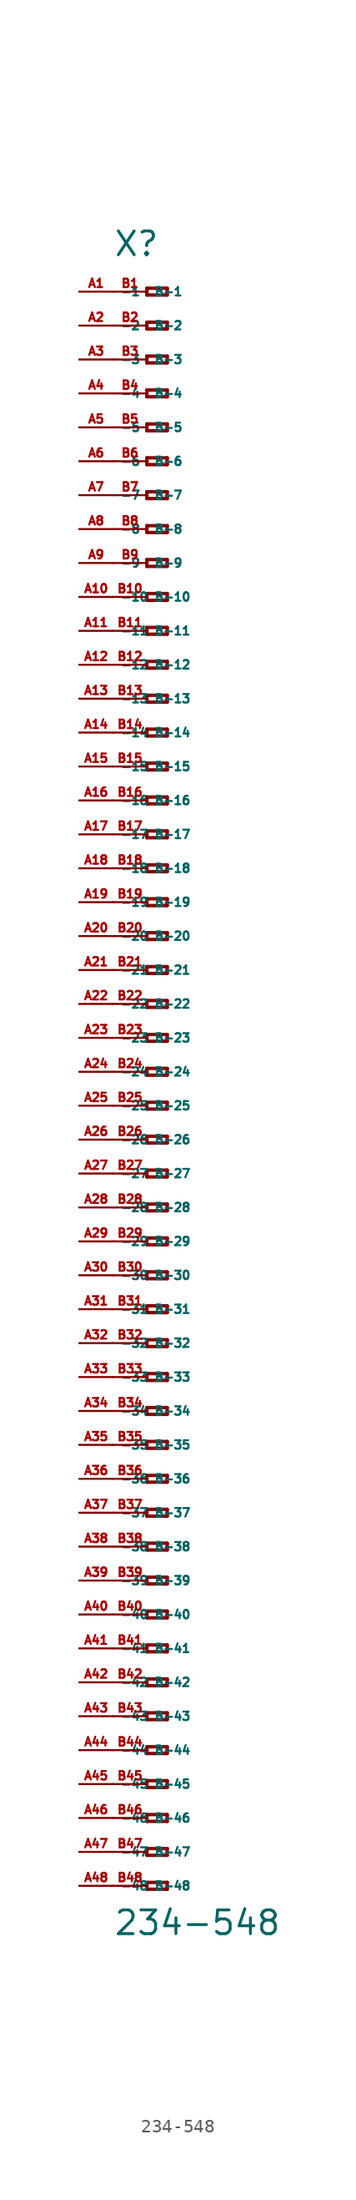
<source format=kicad_sym>
(kicad_symbol_lib
  (version 20220914)
  (generator Eagle2Kicad)
  (symbol "234-548"
    (property "Reference" "X"
      (at -5.08 60.96 0)
      (effects (font (size 1.778 1.778) (thickness 0.22)) (justify left bottom)))
    (property "Value" "234-548"
      (at -5.08 -64.77 0)
      (effects (font (size 1.778 1.778) (thickness 0.22)) (justify left bottom)))
    (polyline
      (pts (xy -2.54 58.674) (xy -2.54 58.166))
      (stroke (width 0.254) (type default))
      (fill (type none)))
    (polyline
      (pts (xy -2.54 58.166) (xy -1.016 58.166))
      (stroke (width 0.254) (type default))
      (fill (type none)))
    (polyline
      (pts (xy -1.016 58.166) (xy -1.016 58.674))
      (stroke (width 0.254) (type default))
      (fill (type none)))
    (polyline
      (pts (xy -1.016 58.674) (xy -2.54 58.674))
      (stroke (width 0.254) (type default))
      (fill (type none)))
    (polyline
      (pts (xy -2.54 56.134) (xy -2.54 55.626))
      (stroke (width 0.254) (type default))
      (fill (type none)))
    (polyline
      (pts (xy -2.54 55.626) (xy -1.016 55.626))
      (stroke (width 0.254) (type default))
      (fill (type none)))
    (polyline
      (pts (xy -1.016 55.626) (xy -1.016 56.134))
      (stroke (width 0.254) (type default))
      (fill (type none)))
    (polyline
      (pts (xy -1.016 56.134) (xy -2.54 56.134))
      (stroke (width 0.254) (type default))
      (fill (type none)))
    (polyline
      (pts (xy -2.54 53.594) (xy -2.54 53.086))
      (stroke (width 0.254) (type default))
      (fill (type none)))
    (polyline
      (pts (xy -2.54 53.086) (xy -1.016 53.086))
      (stroke (width 0.254) (type default))
      (fill (type none)))
    (polyline
      (pts (xy -1.016 53.086) (xy -1.016 53.594))
      (stroke (width 0.254) (type default))
      (fill (type none)))
    (polyline
      (pts (xy -1.016 53.594) (xy -2.54 53.594))
      (stroke (width 0.254) (type default))
      (fill (type none)))
    (polyline
      (pts (xy -2.54 51.054) (xy -2.54 50.546))
      (stroke (width 0.254) (type default))
      (fill (type none)))
    (polyline
      (pts (xy -2.54 50.546) (xy -1.016 50.546))
      (stroke (width 0.254) (type default))
      (fill (type none)))
    (polyline
      (pts (xy -1.016 50.546) (xy -1.016 51.054))
      (stroke (width 0.254) (type default))
      (fill (type none)))
    (polyline
      (pts (xy -1.016 51.054) (xy -2.54 51.054))
      (stroke (width 0.254) (type default))
      (fill (type none)))
    (polyline
      (pts (xy -2.54 48.514) (xy -2.54 48.006))
      (stroke (width 0.254) (type default))
      (fill (type none)))
    (polyline
      (pts (xy -2.54 48.006) (xy -1.016 48.006))
      (stroke (width 0.254) (type default))
      (fill (type none)))
    (polyline
      (pts (xy -1.016 48.006) (xy -1.016 48.514))
      (stroke (width 0.254) (type default))
      (fill (type none)))
    (polyline
      (pts (xy -1.016 48.514) (xy -2.54 48.514))
      (stroke (width 0.254) (type default))
      (fill (type none)))
    (polyline
      (pts (xy -2.54 45.974) (xy -2.54 45.466))
      (stroke (width 0.254) (type default))
      (fill (type none)))
    (polyline
      (pts (xy -2.54 45.466) (xy -1.016 45.466))
      (stroke (width 0.254) (type default))
      (fill (type none)))
    (polyline
      (pts (xy -1.016 45.466) (xy -1.016 45.974))
      (stroke (width 0.254) (type default))
      (fill (type none)))
    (polyline
      (pts (xy -1.016 45.974) (xy -2.54 45.974))
      (stroke (width 0.254) (type default))
      (fill (type none)))
    (polyline
      (pts (xy -2.54 43.434) (xy -2.54 42.926))
      (stroke (width 0.254) (type default))
      (fill (type none)))
    (polyline
      (pts (xy -2.54 42.926) (xy -1.016 42.926))
      (stroke (width 0.254) (type default))
      (fill (type none)))
    (polyline
      (pts (xy -1.016 42.926) (xy -1.016 43.434))
      (stroke (width 0.254) (type default))
      (fill (type none)))
    (polyline
      (pts (xy -1.016 43.434) (xy -2.54 43.434))
      (stroke (width 0.254) (type default))
      (fill (type none)))
    (polyline
      (pts (xy -2.54 40.894) (xy -2.54 40.386))
      (stroke (width 0.254) (type default))
      (fill (type none)))
    (polyline
      (pts (xy -2.54 40.386) (xy -1.016 40.386))
      (stroke (width 0.254) (type default))
      (fill (type none)))
    (polyline
      (pts (xy -1.016 40.386) (xy -1.016 40.894))
      (stroke (width 0.254) (type default))
      (fill (type none)))
    (polyline
      (pts (xy -1.016 40.894) (xy -2.54 40.894))
      (stroke (width 0.254) (type default))
      (fill (type none)))
    (polyline
      (pts (xy -2.54 38.354) (xy -2.54 37.846))
      (stroke (width 0.254) (type default))
      (fill (type none)))
    (polyline
      (pts (xy -2.54 37.846) (xy -1.016 37.846))
      (stroke (width 0.254) (type default))
      (fill (type none)))
    (polyline
      (pts (xy -1.016 37.846) (xy -1.016 38.354))
      (stroke (width 0.254) (type default))
      (fill (type none)))
    (polyline
      (pts (xy -1.016 38.354) (xy -2.54 38.354))
      (stroke (width 0.254) (type default))
      (fill (type none)))
    (polyline
      (pts (xy -2.54 35.814) (xy -2.54 35.306))
      (stroke (width 0.254) (type default))
      (fill (type none)))
    (polyline
      (pts (xy -2.54 35.306) (xy -1.016 35.306))
      (stroke (width 0.254) (type default))
      (fill (type none)))
    (polyline
      (pts (xy -1.016 35.306) (xy -1.016 35.814))
      (stroke (width 0.254) (type default))
      (fill (type none)))
    (polyline
      (pts (xy -1.016 35.814) (xy -2.54 35.814))
      (stroke (width 0.254) (type default))
      (fill (type none)))
    (polyline
      (pts (xy -2.54 33.274) (xy -2.54 32.766))
      (stroke (width 0.254) (type default))
      (fill (type none)))
    (polyline
      (pts (xy -2.54 32.766) (xy -1.016 32.766))
      (stroke (width 0.254) (type default))
      (fill (type none)))
    (polyline
      (pts (xy -1.016 32.766) (xy -1.016 33.274))
      (stroke (width 0.254) (type default))
      (fill (type none)))
    (polyline
      (pts (xy -1.016 33.274) (xy -2.54 33.274))
      (stroke (width 0.254) (type default))
      (fill (type none)))
    (polyline
      (pts (xy -2.54 30.734) (xy -2.54 30.226))
      (stroke (width 0.254) (type default))
      (fill (type none)))
    (polyline
      (pts (xy -2.54 30.226) (xy -1.016 30.226))
      (stroke (width 0.254) (type default))
      (fill (type none)))
    (polyline
      (pts (xy -1.016 30.226) (xy -1.016 30.734))
      (stroke (width 0.254) (type default))
      (fill (type none)))
    (polyline
      (pts (xy -1.016 30.734) (xy -2.54 30.734))
      (stroke (width 0.254) (type default))
      (fill (type none)))
    (polyline
      (pts (xy -2.54 28.194) (xy -2.54 27.686))
      (stroke (width 0.254) (type default))
      (fill (type none)))
    (polyline
      (pts (xy -2.54 27.686) (xy -1.016 27.686))
      (stroke (width 0.254) (type default))
      (fill (type none)))
    (polyline
      (pts (xy -1.016 27.686) (xy -1.016 28.194))
      (stroke (width 0.254) (type default))
      (fill (type none)))
    (polyline
      (pts (xy -1.016 28.194) (xy -2.54 28.194))
      (stroke (width 0.254) (type default))
      (fill (type none)))
    (polyline
      (pts (xy -2.54 25.654) (xy -2.54 25.146))
      (stroke (width 0.254) (type default))
      (fill (type none)))
    (polyline
      (pts (xy -2.54 25.146) (xy -1.016 25.146))
      (stroke (width 0.254) (type default))
      (fill (type none)))
    (polyline
      (pts (xy -1.016 25.146) (xy -1.016 25.654))
      (stroke (width 0.254) (type default))
      (fill (type none)))
    (polyline
      (pts (xy -1.016 25.654) (xy -2.54 25.654))
      (stroke (width 0.254) (type default))
      (fill (type none)))
    (polyline
      (pts (xy -2.54 23.114) (xy -2.54 22.606))
      (stroke (width 0.254) (type default))
      (fill (type none)))
    (polyline
      (pts (xy -2.54 22.606) (xy -1.016 22.606))
      (stroke (width 0.254) (type default))
      (fill (type none)))
    (polyline
      (pts (xy -1.016 22.606) (xy -1.016 23.114))
      (stroke (width 0.254) (type default))
      (fill (type none)))
    (polyline
      (pts (xy -1.016 23.114) (xy -2.54 23.114))
      (stroke (width 0.254) (type default))
      (fill (type none)))
    (polyline
      (pts (xy -2.54 20.574) (xy -2.54 20.066))
      (stroke (width 0.254) (type default))
      (fill (type none)))
    (polyline
      (pts (xy -2.54 20.066) (xy -1.016 20.066))
      (stroke (width 0.254) (type default))
      (fill (type none)))
    (polyline
      (pts (xy -1.016 20.066) (xy -1.016 20.574))
      (stroke (width 0.254) (type default))
      (fill (type none)))
    (polyline
      (pts (xy -1.016 20.574) (xy -2.54 20.574))
      (stroke (width 0.254) (type default))
      (fill (type none)))
    (polyline
      (pts (xy -2.54 18.034) (xy -2.54 17.526))
      (stroke (width 0.254) (type default))
      (fill (type none)))
    (polyline
      (pts (xy -2.54 17.526) (xy -1.016 17.526))
      (stroke (width 0.254) (type default))
      (fill (type none)))
    (polyline
      (pts (xy -1.016 17.526) (xy -1.016 18.034))
      (stroke (width 0.254) (type default))
      (fill (type none)))
    (polyline
      (pts (xy -1.016 18.034) (xy -2.54 18.034))
      (stroke (width 0.254) (type default))
      (fill (type none)))
    (polyline
      (pts (xy -2.54 15.494) (xy -2.54 14.986))
      (stroke (width 0.254) (type default))
      (fill (type none)))
    (polyline
      (pts (xy -2.54 14.986) (xy -1.016 14.986))
      (stroke (width 0.254) (type default))
      (fill (type none)))
    (polyline
      (pts (xy -1.016 14.986) (xy -1.016 15.494))
      (stroke (width 0.254) (type default))
      (fill (type none)))
    (polyline
      (pts (xy -1.016 15.494) (xy -2.54 15.494))
      (stroke (width 0.254) (type default))
      (fill (type none)))
    (polyline
      (pts (xy -2.54 12.954) (xy -2.54 12.446))
      (stroke (width 0.254) (type default))
      (fill (type none)))
    (polyline
      (pts (xy -2.54 12.446) (xy -1.016 12.446))
      (stroke (width 0.254) (type default))
      (fill (type none)))
    (polyline
      (pts (xy -1.016 12.446) (xy -1.016 12.954))
      (stroke (width 0.254) (type default))
      (fill (type none)))
    (polyline
      (pts (xy -1.016 12.954) (xy -2.54 12.954))
      (stroke (width 0.254) (type default))
      (fill (type none)))
    (polyline
      (pts (xy -2.54 10.414) (xy -2.54 9.906))
      (stroke (width 0.254) (type default))
      (fill (type none)))
    (polyline
      (pts (xy -2.54 9.906) (xy -1.016 9.906))
      (stroke (width 0.254) (type default))
      (fill (type none)))
    (polyline
      (pts (xy -1.016 9.906) (xy -1.016 10.414))
      (stroke (width 0.254) (type default))
      (fill (type none)))
    (polyline
      (pts (xy -1.016 10.414) (xy -2.54 10.414))
      (stroke (width 0.254) (type default))
      (fill (type none)))
    (polyline
      (pts (xy -2.54 7.874) (xy -2.54 7.366))
      (stroke (width 0.254) (type default))
      (fill (type none)))
    (polyline
      (pts (xy -2.54 7.366) (xy -1.016 7.366))
      (stroke (width 0.254) (type default))
      (fill (type none)))
    (polyline
      (pts (xy -1.016 7.366) (xy -1.016 7.874))
      (stroke (width 0.254) (type default))
      (fill (type none)))
    (polyline
      (pts (xy -1.016 7.874) (xy -2.54 7.874))
      (stroke (width 0.254) (type default))
      (fill (type none)))
    (polyline
      (pts (xy -2.54 5.334) (xy -2.54 4.826))
      (stroke (width 0.254) (type default))
      (fill (type none)))
    (polyline
      (pts (xy -2.54 4.826) (xy -1.016 4.826))
      (stroke (width 0.254) (type default))
      (fill (type none)))
    (polyline
      (pts (xy -1.016 4.826) (xy -1.016 5.334))
      (stroke (width 0.254) (type default))
      (fill (type none)))
    (polyline
      (pts (xy -1.016 5.334) (xy -2.54 5.334))
      (stroke (width 0.254) (type default))
      (fill (type none)))
    (polyline
      (pts (xy -2.54 2.794) (xy -2.54 2.286))
      (stroke (width 0.254) (type default))
      (fill (type none)))
    (polyline
      (pts (xy -2.54 2.286) (xy -1.016 2.286))
      (stroke (width 0.254) (type default))
      (fill (type none)))
    (polyline
      (pts (xy -1.016 2.286) (xy -1.016 2.794))
      (stroke (width 0.254) (type default))
      (fill (type none)))
    (polyline
      (pts (xy -1.016 2.794) (xy -2.54 2.794))
      (stroke (width 0.254) (type default))
      (fill (type none)))
    (polyline
      (pts (xy -2.54 0.254) (xy -2.54 -0.254))
      (stroke (width 0.254) (type default))
      (fill (type none)))
    (polyline
      (pts (xy -2.54 -0.254) (xy -1.016 -0.254))
      (stroke (width 0.254) (type default))
      (fill (type none)))
    (polyline
      (pts (xy -1.016 -0.254) (xy -1.016 0.254))
      (stroke (width 0.254) (type default))
      (fill (type none)))
    (polyline
      (pts (xy -1.016 0.254) (xy -2.54 0.254))
      (stroke (width 0.254) (type default))
      (fill (type none)))
    (polyline
      (pts (xy -2.54 -2.286) (xy -2.54 -2.794))
      (stroke (width 0.254) (type default))
      (fill (type none)))
    (polyline
      (pts (xy -2.54 -2.794) (xy -1.016 -2.794))
      (stroke (width 0.254) (type default))
      (fill (type none)))
    (polyline
      (pts (xy -1.016 -2.794) (xy -1.016 -2.286))
      (stroke (width 0.254) (type default))
      (fill (type none)))
    (polyline
      (pts (xy -1.016 -2.286) (xy -2.54 -2.286))
      (stroke (width 0.254) (type default))
      (fill (type none)))
    (polyline
      (pts (xy -2.54 -4.826) (xy -2.54 -5.334))
      (stroke (width 0.254) (type default))
      (fill (type none)))
    (polyline
      (pts (xy -2.54 -5.334) (xy -1.016 -5.334))
      (stroke (width 0.254) (type default))
      (fill (type none)))
    (polyline
      (pts (xy -1.016 -5.334) (xy -1.016 -4.826))
      (stroke (width 0.254) (type default))
      (fill (type none)))
    (polyline
      (pts (xy -1.016 -4.826) (xy -2.54 -4.826))
      (stroke (width 0.254) (type default))
      (fill (type none)))
    (polyline
      (pts (xy -2.54 -7.366) (xy -2.54 -7.874))
      (stroke (width 0.254) (type default))
      (fill (type none)))
    (polyline
      (pts (xy -2.54 -7.874) (xy -1.016 -7.874))
      (stroke (width 0.254) (type default))
      (fill (type none)))
    (polyline
      (pts (xy -1.016 -7.874) (xy -1.016 -7.366))
      (stroke (width 0.254) (type default))
      (fill (type none)))
    (polyline
      (pts (xy -1.016 -7.366) (xy -2.54 -7.366))
      (stroke (width 0.254) (type default))
      (fill (type none)))
    (polyline
      (pts (xy -2.54 -9.906) (xy -2.54 -10.414))
      (stroke (width 0.254) (type default))
      (fill (type none)))
    (polyline
      (pts (xy -2.54 -10.414) (xy -1.016 -10.414))
      (stroke (width 0.254) (type default))
      (fill (type none)))
    (polyline
      (pts (xy -1.016 -10.414) (xy -1.016 -9.906))
      (stroke (width 0.254) (type default))
      (fill (type none)))
    (polyline
      (pts (xy -1.016 -9.906) (xy -2.54 -9.906))
      (stroke (width 0.254) (type default))
      (fill (type none)))
    (polyline
      (pts (xy -2.54 -12.446) (xy -2.54 -12.954))
      (stroke (width 0.254) (type default))
      (fill (type none)))
    (polyline
      (pts (xy -2.54 -12.954) (xy -1.016 -12.954))
      (stroke (width 0.254) (type default))
      (fill (type none)))
    (polyline
      (pts (xy -1.016 -12.954) (xy -1.016 -12.446))
      (stroke (width 0.254) (type default))
      (fill (type none)))
    (polyline
      (pts (xy -1.016 -12.446) (xy -2.54 -12.446))
      (stroke (width 0.254) (type default))
      (fill (type none)))
    (polyline
      (pts (xy -2.54 -14.986) (xy -2.54 -15.494))
      (stroke (width 0.254) (type default))
      (fill (type none)))
    (polyline
      (pts (xy -2.54 -15.494) (xy -1.016 -15.494))
      (stroke (width 0.254) (type default))
      (fill (type none)))
    (polyline
      (pts (xy -1.016 -15.494) (xy -1.016 -14.986))
      (stroke (width 0.254) (type default))
      (fill (type none)))
    (polyline
      (pts (xy -1.016 -14.986) (xy -2.54 -14.986))
      (stroke (width 0.254) (type default))
      (fill (type none)))
    (polyline
      (pts (xy -2.54 -17.526) (xy -2.54 -18.034))
      (stroke (width 0.254) (type default))
      (fill (type none)))
    (polyline
      (pts (xy -2.54 -18.034) (xy -1.016 -18.034))
      (stroke (width 0.254) (type default))
      (fill (type none)))
    (polyline
      (pts (xy -1.016 -18.034) (xy -1.016 -17.526))
      (stroke (width 0.254) (type default))
      (fill (type none)))
    (polyline
      (pts (xy -1.016 -17.526) (xy -2.54 -17.526))
      (stroke (width 0.254) (type default))
      (fill (type none)))
    (polyline
      (pts (xy -2.54 -20.066) (xy -2.54 -20.574))
      (stroke (width 0.254) (type default))
      (fill (type none)))
    (polyline
      (pts (xy -2.54 -20.574) (xy -1.016 -20.574))
      (stroke (width 0.254) (type default))
      (fill (type none)))
    (polyline
      (pts (xy -1.016 -20.574) (xy -1.016 -20.066))
      (stroke (width 0.254) (type default))
      (fill (type none)))
    (polyline
      (pts (xy -1.016 -20.066) (xy -2.54 -20.066))
      (stroke (width 0.254) (type default))
      (fill (type none)))
    (polyline
      (pts (xy -2.54 -22.606) (xy -2.54 -23.114))
      (stroke (width 0.254) (type default))
      (fill (type none)))
    (polyline
      (pts (xy -2.54 -23.114) (xy -1.016 -23.114))
      (stroke (width 0.254) (type default))
      (fill (type none)))
    (polyline
      (pts (xy -1.016 -23.114) (xy -1.016 -22.606))
      (stroke (width 0.254) (type default))
      (fill (type none)))
    (polyline
      (pts (xy -1.016 -22.606) (xy -2.54 -22.606))
      (stroke (width 0.254) (type default))
      (fill (type none)))
    (polyline
      (pts (xy -2.54 -25.146) (xy -2.54 -25.654))
      (stroke (width 0.254) (type default))
      (fill (type none)))
    (polyline
      (pts (xy -2.54 -25.654) (xy -1.016 -25.654))
      (stroke (width 0.254) (type default))
      (fill (type none)))
    (polyline
      (pts (xy -1.016 -25.654) (xy -1.016 -25.146))
      (stroke (width 0.254) (type default))
      (fill (type none)))
    (polyline
      (pts (xy -1.016 -25.146) (xy -2.54 -25.146))
      (stroke (width 0.254) (type default))
      (fill (type none)))
    (polyline
      (pts (xy -2.54 -27.686) (xy -2.54 -28.194))
      (stroke (width 0.254) (type default))
      (fill (type none)))
    (polyline
      (pts (xy -2.54 -28.194) (xy -1.016 -28.194))
      (stroke (width 0.254) (type default))
      (fill (type none)))
    (polyline
      (pts (xy -1.016 -28.194) (xy -1.016 -27.686))
      (stroke (width 0.254) (type default))
      (fill (type none)))
    (polyline
      (pts (xy -1.016 -27.686) (xy -2.54 -27.686))
      (stroke (width 0.254) (type default))
      (fill (type none)))
    (polyline
      (pts (xy -2.54 -30.226) (xy -2.54 -30.734))
      (stroke (width 0.254) (type default))
      (fill (type none)))
    (polyline
      (pts (xy -2.54 -30.734) (xy -1.016 -30.734))
      (stroke (width 0.254) (type default))
      (fill (type none)))
    (polyline
      (pts (xy -1.016 -30.734) (xy -1.016 -30.226))
      (stroke (width 0.254) (type default))
      (fill (type none)))
    (polyline
      (pts (xy -1.016 -30.226) (xy -2.54 -30.226))
      (stroke (width 0.254) (type default))
      (fill (type none)))
    (polyline
      (pts (xy -2.54 -32.766) (xy -2.54 -33.274))
      (stroke (width 0.254) (type default))
      (fill (type none)))
    (polyline
      (pts (xy -2.54 -33.274) (xy -1.016 -33.274))
      (stroke (width 0.254) (type default))
      (fill (type none)))
    (polyline
      (pts (xy -1.016 -33.274) (xy -1.016 -32.766))
      (stroke (width 0.254) (type default))
      (fill (type none)))
    (polyline
      (pts (xy -1.016 -32.766) (xy -2.54 -32.766))
      (stroke (width 0.254) (type default))
      (fill (type none)))
    (polyline
      (pts (xy -2.54 -35.306) (xy -2.54 -35.814))
      (stroke (width 0.254) (type default))
      (fill (type none)))
    (polyline
      (pts (xy -2.54 -35.814) (xy -1.016 -35.814))
      (stroke (width 0.254) (type default))
      (fill (type none)))
    (polyline
      (pts (xy -1.016 -35.814) (xy -1.016 -35.306))
      (stroke (width 0.254) (type default))
      (fill (type none)))
    (polyline
      (pts (xy -1.016 -35.306) (xy -2.54 -35.306))
      (stroke (width 0.254) (type default))
      (fill (type none)))
    (polyline
      (pts (xy -2.54 -37.846) (xy -2.54 -38.354))
      (stroke (width 0.254) (type default))
      (fill (type none)))
    (polyline
      (pts (xy -2.54 -38.354) (xy -1.016 -38.354))
      (stroke (width 0.254) (type default))
      (fill (type none)))
    (polyline
      (pts (xy -1.016 -38.354) (xy -1.016 -37.846))
      (stroke (width 0.254) (type default))
      (fill (type none)))
    (polyline
      (pts (xy -1.016 -37.846) (xy -2.54 -37.846))
      (stroke (width 0.254) (type default))
      (fill (type none)))
    (polyline
      (pts (xy -2.54 -40.386) (xy -2.54 -40.894))
      (stroke (width 0.254) (type default))
      (fill (type none)))
    (polyline
      (pts (xy -2.54 -40.894) (xy -1.016 -40.894))
      (stroke (width 0.254) (type default))
      (fill (type none)))
    (polyline
      (pts (xy -1.016 -40.894) (xy -1.016 -40.386))
      (stroke (width 0.254) (type default))
      (fill (type none)))
    (polyline
      (pts (xy -1.016 -40.386) (xy -2.54 -40.386))
      (stroke (width 0.254) (type default))
      (fill (type none)))
    (polyline
      (pts (xy -2.54 -42.926) (xy -2.54 -43.434))
      (stroke (width 0.254) (type default))
      (fill (type none)))
    (polyline
      (pts (xy -2.54 -43.434) (xy -1.016 -43.434))
      (stroke (width 0.254) (type default))
      (fill (type none)))
    (polyline
      (pts (xy -1.016 -43.434) (xy -1.016 -42.926))
      (stroke (width 0.254) (type default))
      (fill (type none)))
    (polyline
      (pts (xy -1.016 -42.926) (xy -2.54 -42.926))
      (stroke (width 0.254) (type default))
      (fill (type none)))
    (polyline
      (pts (xy -2.54 -45.466) (xy -2.54 -45.974))
      (stroke (width 0.254) (type default))
      (fill (type none)))
    (polyline
      (pts (xy -2.54 -45.974) (xy -1.016 -45.974))
      (stroke (width 0.254) (type default))
      (fill (type none)))
    (polyline
      (pts (xy -1.016 -45.974) (xy -1.016 -45.466))
      (stroke (width 0.254) (type default))
      (fill (type none)))
    (polyline
      (pts (xy -1.016 -45.466) (xy -2.54 -45.466))
      (stroke (width 0.254) (type default))
      (fill (type none)))
    (polyline
      (pts (xy -2.54 -48.006) (xy -2.54 -48.514))
      (stroke (width 0.254) (type default))
      (fill (type none)))
    (polyline
      (pts (xy -2.54 -48.514) (xy -1.016 -48.514))
      (stroke (width 0.254) (type default))
      (fill (type none)))
    (polyline
      (pts (xy -1.016 -48.514) (xy -1.016 -48.006))
      (stroke (width 0.254) (type default))
      (fill (type none)))
    (polyline
      (pts (xy -1.016 -48.006) (xy -2.54 -48.006))
      (stroke (width 0.254) (type default))
      (fill (type none)))
    (polyline
      (pts (xy -2.54 -50.546) (xy -2.54 -51.054))
      (stroke (width 0.254) (type default))
      (fill (type none)))
    (polyline
      (pts (xy -2.54 -51.054) (xy -1.016 -51.054))
      (stroke (width 0.254) (type default))
      (fill (type none)))
    (polyline
      (pts (xy -1.016 -51.054) (xy -1.016 -50.546))
      (stroke (width 0.254) (type default))
      (fill (type none)))
    (polyline
      (pts (xy -1.016 -50.546) (xy -2.54 -50.546))
      (stroke (width 0.254) (type default))
      (fill (type none)))
    (polyline
      (pts (xy -2.54 -53.086) (xy -2.54 -53.594))
      (stroke (width 0.254) (type default))
      (fill (type none)))
    (polyline
      (pts (xy -2.54 -53.594) (xy -1.016 -53.594))
      (stroke (width 0.254) (type default))
      (fill (type none)))
    (polyline
      (pts (xy -1.016 -53.594) (xy -1.016 -53.086))
      (stroke (width 0.254) (type default))
      (fill (type none)))
    (polyline
      (pts (xy -1.016 -53.086) (xy -2.54 -53.086))
      (stroke (width 0.254) (type default))
      (fill (type none)))
    (polyline
      (pts (xy -2.54 -55.626) (xy -2.54 -56.134))
      (stroke (width 0.254) (type default))
      (fill (type none)))
    (polyline
      (pts (xy -2.54 -56.134) (xy -1.016 -56.134))
      (stroke (width 0.254) (type default))
      (fill (type none)))
    (polyline
      (pts (xy -1.016 -56.134) (xy -1.016 -55.626))
      (stroke (width 0.254) (type default))
      (fill (type none)))
    (polyline
      (pts (xy -1.016 -55.626) (xy -2.54 -55.626))
      (stroke (width 0.254) (type default))
      (fill (type none)))
    (polyline
      (pts (xy -2.54 -58.166) (xy -2.54 -58.674))
      (stroke (width 0.254) (type default))
      (fill (type none)))
    (polyline
      (pts (xy -2.54 -58.674) (xy -1.016 -58.674))
      (stroke (width 0.254) (type default))
      (fill (type none)))
    (polyline
      (pts (xy -1.016 -58.674) (xy -1.016 -58.166))
      (stroke (width 0.254) (type default))
      (fill (type none)))
    (polyline
      (pts (xy -1.016 -58.166) (xy -2.54 -58.166))
      (stroke (width 0.254) (type default))
      (fill (type none)))
    (polyline
      (pts (xy -2.54 -60.706) (xy -2.54 -61.214))
      (stroke (width 0.254) (type default))
      (fill (type none)))
    (polyline
      (pts (xy -2.54 -61.214) (xy -1.016 -61.214))
      (stroke (width 0.254) (type default))
      (fill (type none)))
    (polyline
      (pts (xy -1.016 -61.214) (xy -1.016 -60.706))
      (stroke (width 0.254) (type default))
      (fill (type none)))
    (polyline
      (pts (xy -1.016 -60.706) (xy -2.54 -60.706))
      (stroke (width 0.254) (type default))
      (fill (type none)))
    (pin passive line
      (at -7.62 58.42 0)
      (length 2.54)
      (name "-1" (effects (font (size 0.635 0.635) (thickness 0.08)) (justify left bottom)))
      (number "A1" (effects (font (size 0.635 0.635) (thickness 0.08)) (justify left bottom))))
    (pin passive line
      (at -7.62 55.88 0)
      (length 2.54)
      (name "-2" (effects (font (size 0.635 0.635) (thickness 0.08)) (justify left bottom)))
      (number "A2" (effects (font (size 0.635 0.635) (thickness 0.08)) (justify left bottom))))
    (pin passive line
      (at -7.62 53.34 0)
      (length 2.54)
      (name "-3" (effects (font (size 0.635 0.635) (thickness 0.08)) (justify left bottom)))
      (number "A3" (effects (font (size 0.635 0.635) (thickness 0.08)) (justify left bottom))))
    (pin passive line
      (at -7.62 50.8 0)
      (length 2.54)
      (name "-4" (effects (font (size 0.635 0.635) (thickness 0.08)) (justify left bottom)))
      (number "A4" (effects (font (size 0.635 0.635) (thickness 0.08)) (justify left bottom))))
    (pin passive line
      (at -7.62 48.26 0)
      (length 2.54)
      (name "-5" (effects (font (size 0.635 0.635) (thickness 0.08)) (justify left bottom)))
      (number "A5" (effects (font (size 0.635 0.635) (thickness 0.08)) (justify left bottom))))
    (pin passive line
      (at -7.62 45.72 0)
      (length 2.54)
      (name "-6" (effects (font (size 0.635 0.635) (thickness 0.08)) (justify left bottom)))
      (number "A6" (effects (font (size 0.635 0.635) (thickness 0.08)) (justify left bottom))))
    (pin passive line
      (at -7.62 43.18 0)
      (length 2.54)
      (name "-7" (effects (font (size 0.635 0.635) (thickness 0.08)) (justify left bottom)))
      (number "A7" (effects (font (size 0.635 0.635) (thickness 0.08)) (justify left bottom))))
    (pin passive line
      (at -7.62 40.64 0)
      (length 2.54)
      (name "-8" (effects (font (size 0.635 0.635) (thickness 0.08)) (justify left bottom)))
      (number "A8" (effects (font (size 0.635 0.635) (thickness 0.08)) (justify left bottom))))
    (pin passive line
      (at -7.62 38.1 0)
      (length 2.54)
      (name "-9" (effects (font (size 0.635 0.635) (thickness 0.08)) (justify left bottom)))
      (number "A9" (effects (font (size 0.635 0.635) (thickness 0.08)) (justify left bottom))))
    (pin passive line
      (at -7.62 35.56 0)
      (length 2.54)
      (name "-10" (effects (font (size 0.635 0.635) (thickness 0.08)) (justify left bottom)))
      (number "A10" (effects (font (size 0.635 0.635) (thickness 0.08)) (justify left bottom))))
    (pin passive line
      (at -7.62 33.02 0)
      (length 2.54)
      (name "-11" (effects (font (size 0.635 0.635) (thickness 0.08)) (justify left bottom)))
      (number "A11" (effects (font (size 0.635 0.635) (thickness 0.08)) (justify left bottom))))
    (pin passive line
      (at -7.62 30.48 0)
      (length 2.54)
      (name "-12" (effects (font (size 0.635 0.635) (thickness 0.08)) (justify left bottom)))
      (number "A12" (effects (font (size 0.635 0.635) (thickness 0.08)) (justify left bottom))))
    (pin passive line
      (at -7.62 27.94 0)
      (length 2.54)
      (name "-13" (effects (font (size 0.635 0.635) (thickness 0.08)) (justify left bottom)))
      (number "A13" (effects (font (size 0.635 0.635) (thickness 0.08)) (justify left bottom))))
    (pin passive line
      (at -7.62 25.4 0)
      (length 2.54)
      (name "-14" (effects (font (size 0.635 0.635) (thickness 0.08)) (justify left bottom)))
      (number "A14" (effects (font (size 0.635 0.635) (thickness 0.08)) (justify left bottom))))
    (pin passive line
      (at -7.62 22.86 0)
      (length 2.54)
      (name "-15" (effects (font (size 0.635 0.635) (thickness 0.08)) (justify left bottom)))
      (number "A15" (effects (font (size 0.635 0.635) (thickness 0.08)) (justify left bottom))))
    (pin passive line
      (at -7.62 20.32 0)
      (length 2.54)
      (name "-16" (effects (font (size 0.635 0.635) (thickness 0.08)) (justify left bottom)))
      (number "A16" (effects (font (size 0.635 0.635) (thickness 0.08)) (justify left bottom))))
    (pin passive line
      (at -7.62 17.78 0)
      (length 2.54)
      (name "-17" (effects (font (size 0.635 0.635) (thickness 0.08)) (justify left bottom)))
      (number "A17" (effects (font (size 0.635 0.635) (thickness 0.08)) (justify left bottom))))
    (pin passive line
      (at -7.62 15.24 0)
      (length 2.54)
      (name "-18" (effects (font (size 0.635 0.635) (thickness 0.08)) (justify left bottom)))
      (number "A18" (effects (font (size 0.635 0.635) (thickness 0.08)) (justify left bottom))))
    (pin passive line
      (at -7.62 12.7 0)
      (length 2.54)
      (name "-19" (effects (font (size 0.635 0.635) (thickness 0.08)) (justify left bottom)))
      (number "A19" (effects (font (size 0.635 0.635) (thickness 0.08)) (justify left bottom))))
    (pin passive line
      (at -7.62 10.16 0)
      (length 2.54)
      (name "-20" (effects (font (size 0.635 0.635) (thickness 0.08)) (justify left bottom)))
      (number "A20" (effects (font (size 0.635 0.635) (thickness 0.08)) (justify left bottom))))
    (pin passive line
      (at -7.62 7.62 0)
      (length 2.54)
      (name "-21" (effects (font (size 0.635 0.635) (thickness 0.08)) (justify left bottom)))
      (number "A21" (effects (font (size 0.635 0.635) (thickness 0.08)) (justify left bottom))))
    (pin passive line
      (at -7.62 5.08 0)
      (length 2.54)
      (name "-22" (effects (font (size 0.635 0.635) (thickness 0.08)) (justify left bottom)))
      (number "A22" (effects (font (size 0.635 0.635) (thickness 0.08)) (justify left bottom))))
    (pin passive line
      (at -7.62 2.54 0)
      (length 2.54)
      (name "-23" (effects (font (size 0.635 0.635) (thickness 0.08)) (justify left bottom)))
      (number "A23" (effects (font (size 0.635 0.635) (thickness 0.08)) (justify left bottom))))
    (pin passive line
      (at -7.62 0 0)
      (length 2.54)
      (name "-24" (effects (font (size 0.635 0.635) (thickness 0.08)) (justify left bottom)))
      (number "A24" (effects (font (size 0.635 0.635) (thickness 0.08)) (justify left bottom))))
    (pin passive line
      (at -7.62 -2.54 0)
      (length 2.54)
      (name "-25" (effects (font (size 0.635 0.635) (thickness 0.08)) (justify left bottom)))
      (number "A25" (effects (font (size 0.635 0.635) (thickness 0.08)) (justify left bottom))))
    (pin passive line
      (at -7.62 -5.08 0)
      (length 2.54)
      (name "-26" (effects (font (size 0.635 0.635) (thickness 0.08)) (justify left bottom)))
      (number "A26" (effects (font (size 0.635 0.635) (thickness 0.08)) (justify left bottom))))
    (pin passive line
      (at -7.62 -7.62 0)
      (length 2.54)
      (name "-27" (effects (font (size 0.635 0.635) (thickness 0.08)) (justify left bottom)))
      (number "A27" (effects (font (size 0.635 0.635) (thickness 0.08)) (justify left bottom))))
    (pin passive line
      (at -7.62 -10.16 0)
      (length 2.54)
      (name "-28" (effects (font (size 0.635 0.635) (thickness 0.08)) (justify left bottom)))
      (number "A28" (effects (font (size 0.635 0.635) (thickness 0.08)) (justify left bottom))))
    (pin passive line
      (at -7.62 -12.7 0)
      (length 2.54)
      (name "-29" (effects (font (size 0.635 0.635) (thickness 0.08)) (justify left bottom)))
      (number "A29" (effects (font (size 0.635 0.635) (thickness 0.08)) (justify left bottom))))
    (pin passive line
      (at -7.62 -15.24 0)
      (length 2.54)
      (name "-30" (effects (font (size 0.635 0.635) (thickness 0.08)) (justify left bottom)))
      (number "A30" (effects (font (size 0.635 0.635) (thickness 0.08)) (justify left bottom))))
    (pin passive line
      (at -7.62 -17.78 0)
      (length 2.54)
      (name "-31" (effects (font (size 0.635 0.635) (thickness 0.08)) (justify left bottom)))
      (number "A31" (effects (font (size 0.635 0.635) (thickness 0.08)) (justify left bottom))))
    (pin passive line
      (at -7.62 -20.32 0)
      (length 2.54)
      (name "-32" (effects (font (size 0.635 0.635) (thickness 0.08)) (justify left bottom)))
      (number "A32" (effects (font (size 0.635 0.635) (thickness 0.08)) (justify left bottom))))
    (pin passive line
      (at -7.62 -22.86 0)
      (length 2.54)
      (name "-33" (effects (font (size 0.635 0.635) (thickness 0.08)) (justify left bottom)))
      (number "A33" (effects (font (size 0.635 0.635) (thickness 0.08)) (justify left bottom))))
    (pin passive line
      (at -7.62 -25.4 0)
      (length 2.54)
      (name "-34" (effects (font (size 0.635 0.635) (thickness 0.08)) (justify left bottom)))
      (number "A34" (effects (font (size 0.635 0.635) (thickness 0.08)) (justify left bottom))))
    (pin passive line
      (at -7.62 -27.94 0)
      (length 2.54)
      (name "-35" (effects (font (size 0.635 0.635) (thickness 0.08)) (justify left bottom)))
      (number "A35" (effects (font (size 0.635 0.635) (thickness 0.08)) (justify left bottom))))
    (pin passive line
      (at -7.62 -30.48 0)
      (length 2.54)
      (name "-36" (effects (font (size 0.635 0.635) (thickness 0.08)) (justify left bottom)))
      (number "A36" (effects (font (size 0.635 0.635) (thickness 0.08)) (justify left bottom))))
    (pin passive line
      (at -7.62 -33.02 0)
      (length 2.54)
      (name "-37" (effects (font (size 0.635 0.635) (thickness 0.08)) (justify left bottom)))
      (number "A37" (effects (font (size 0.635 0.635) (thickness 0.08)) (justify left bottom))))
    (pin passive line
      (at -7.62 -35.56 0)
      (length 2.54)
      (name "-38" (effects (font (size 0.635 0.635) (thickness 0.08)) (justify left bottom)))
      (number "A38" (effects (font (size 0.635 0.635) (thickness 0.08)) (justify left bottom))))
    (pin passive line
      (at -7.62 -38.1 0)
      (length 2.54)
      (name "-39" (effects (font (size 0.635 0.635) (thickness 0.08)) (justify left bottom)))
      (number "A39" (effects (font (size 0.635 0.635) (thickness 0.08)) (justify left bottom))))
    (pin passive line
      (at -7.62 -40.64 0)
      (length 2.54)
      (name "-40" (effects (font (size 0.635 0.635) (thickness 0.08)) (justify left bottom)))
      (number "A40" (effects (font (size 0.635 0.635) (thickness 0.08)) (justify left bottom))))
    (pin passive line
      (at -7.62 -43.18 0)
      (length 2.54)
      (name "-41" (effects (font (size 0.635 0.635) (thickness 0.08)) (justify left bottom)))
      (number "A41" (effects (font (size 0.635 0.635) (thickness 0.08)) (justify left bottom))))
    (pin passive line
      (at -7.62 -45.72 0)
      (length 2.54)
      (name "-42" (effects (font (size 0.635 0.635) (thickness 0.08)) (justify left bottom)))
      (number "A42" (effects (font (size 0.635 0.635) (thickness 0.08)) (justify left bottom))))
    (pin passive line
      (at -7.62 -48.26 0)
      (length 2.54)
      (name "-43" (effects (font (size 0.635 0.635) (thickness 0.08)) (justify left bottom)))
      (number "A43" (effects (font (size 0.635 0.635) (thickness 0.08)) (justify left bottom))))
    (pin passive line
      (at -7.62 -50.8 0)
      (length 2.54)
      (name "-44" (effects (font (size 0.635 0.635) (thickness 0.08)) (justify left bottom)))
      (number "A44" (effects (font (size 0.635 0.635) (thickness 0.08)) (justify left bottom))))
    (pin passive line
      (at -7.62 -53.34 0)
      (length 2.54)
      (name "-45" (effects (font (size 0.635 0.635) (thickness 0.08)) (justify left bottom)))
      (number "A45" (effects (font (size 0.635 0.635) (thickness 0.08)) (justify left bottom))))
    (pin passive line
      (at -7.62 -55.88 0)
      (length 2.54)
      (name "-46" (effects (font (size 0.635 0.635) (thickness 0.08)) (justify left bottom)))
      (number "A46" (effects (font (size 0.635 0.635) (thickness 0.08)) (justify left bottom))))
    (pin passive line
      (at -7.62 -58.42 0)
      (length 2.54)
      (name "-47" (effects (font (size 0.635 0.635) (thickness 0.08)) (justify left bottom)))
      (number "A47" (effects (font (size 0.635 0.635) (thickness 0.08)) (justify left bottom))))
    (pin passive line
      (at -7.62 -60.96 0)
      (length 2.54)
      (name "-48" (effects (font (size 0.635 0.635) (thickness 0.08)) (justify left bottom)))
      (number "A48" (effects (font (size 0.635 0.635) (thickness 0.08)) (justify left bottom))))
    (pin passive line
      (at -5.08 -60.96 0)
      (length 2.54)
      (name "B-48" (effects (font (size 0.635 0.635) (thickness 0.08)) (justify left bottom)))
      (number "B48" (effects (font (size 0.635 0.635) (thickness 0.08)) (justify left bottom))))
    (pin passive line
      (at -5.08 58.42 0)
      (length 2.54)
      (name "B-1" (effects (font (size 0.635 0.635) (thickness 0.08)) (justify left bottom)))
      (number "B1" (effects (font (size 0.635 0.635) (thickness 0.08)) (justify left bottom))))
    (pin passive line
      (at -5.08 55.88 0)
      (length 2.54)
      (name "B-2" (effects (font (size 0.635 0.635) (thickness 0.08)) (justify left bottom)))
      (number "B2" (effects (font (size 0.635 0.635) (thickness 0.08)) (justify left bottom))))
    (pin passive line
      (at -5.08 53.34 0)
      (length 2.54)
      (name "B-3" (effects (font (size 0.635 0.635) (thickness 0.08)) (justify left bottom)))
      (number "B3" (effects (font (size 0.635 0.635) (thickness 0.08)) (justify left bottom))))
    (pin passive line
      (at -5.08 50.8 0)
      (length 2.54)
      (name "B-4" (effects (font (size 0.635 0.635) (thickness 0.08)) (justify left bottom)))
      (number "B4" (effects (font (size 0.635 0.635) (thickness 0.08)) (justify left bottom))))
    (pin passive line
      (at -5.08 48.26 0)
      (length 2.54)
      (name "B-5" (effects (font (size 0.635 0.635) (thickness 0.08)) (justify left bottom)))
      (number "B5" (effects (font (size 0.635 0.635) (thickness 0.08)) (justify left bottom))))
    (pin passive line
      (at -5.08 45.72 0)
      (length 2.54)
      (name "B-6" (effects (font (size 0.635 0.635) (thickness 0.08)) (justify left bottom)))
      (number "B6" (effects (font (size 0.635 0.635) (thickness 0.08)) (justify left bottom))))
    (pin passive line
      (at -5.08 43.18 0)
      (length 2.54)
      (name "B-7" (effects (font (size 0.635 0.635) (thickness 0.08)) (justify left bottom)))
      (number "B7" (effects (font (size 0.635 0.635) (thickness 0.08)) (justify left bottom))))
    (pin passive line
      (at -5.08 40.64 0)
      (length 2.54)
      (name "B-8" (effects (font (size 0.635 0.635) (thickness 0.08)) (justify left bottom)))
      (number "B8" (effects (font (size 0.635 0.635) (thickness 0.08)) (justify left bottom))))
    (pin passive line
      (at -5.08 38.1 0)
      (length 2.54)
      (name "B-9" (effects (font (size 0.635 0.635) (thickness 0.08)) (justify left bottom)))
      (number "B9" (effects (font (size 0.635 0.635) (thickness 0.08)) (justify left bottom))))
    (pin passive line
      (at -5.08 35.56 0)
      (length 2.54)
      (name "B-10" (effects (font (size 0.635 0.635) (thickness 0.08)) (justify left bottom)))
      (number "B10" (effects (font (size 0.635 0.635) (thickness 0.08)) (justify left bottom))))
    (pin passive line
      (at -5.08 33.02 0)
      (length 2.54)
      (name "B-11" (effects (font (size 0.635 0.635) (thickness 0.08)) (justify left bottom)))
      (number "B11" (effects (font (size 0.635 0.635) (thickness 0.08)) (justify left bottom))))
    (pin passive line
      (at -5.08 30.48 0)
      (length 2.54)
      (name "B-12" (effects (font (size 0.635 0.635) (thickness 0.08)) (justify left bottom)))
      (number "B12" (effects (font (size 0.635 0.635) (thickness 0.08)) (justify left bottom))))
    (pin passive line
      (at -5.08 27.94 0)
      (length 2.54)
      (name "B-13" (effects (font (size 0.635 0.635) (thickness 0.08)) (justify left bottom)))
      (number "B13" (effects (font (size 0.635 0.635) (thickness 0.08)) (justify left bottom))))
    (pin passive line
      (at -5.08 25.4 0)
      (length 2.54)
      (name "B-14" (effects (font (size 0.635 0.635) (thickness 0.08)) (justify left bottom)))
      (number "B14" (effects (font (size 0.635 0.635) (thickness 0.08)) (justify left bottom))))
    (pin passive line
      (at -5.08 22.86 0)
      (length 2.54)
      (name "B-15" (effects (font (size 0.635 0.635) (thickness 0.08)) (justify left bottom)))
      (number "B15" (effects (font (size 0.635 0.635) (thickness 0.08)) (justify left bottom))))
    (pin passive line
      (at -5.08 20.32 0)
      (length 2.54)
      (name "B-16" (effects (font (size 0.635 0.635) (thickness 0.08)) (justify left bottom)))
      (number "B16" (effects (font (size 0.635 0.635) (thickness 0.08)) (justify left bottom))))
    (pin passive line
      (at -5.08 17.78 0)
      (length 2.54)
      (name "B-17" (effects (font (size 0.635 0.635) (thickness 0.08)) (justify left bottom)))
      (number "B17" (effects (font (size 0.635 0.635) (thickness 0.08)) (justify left bottom))))
    (pin passive line
      (at -5.08 15.24 0)
      (length 2.54)
      (name "B-18" (effects (font (size 0.635 0.635) (thickness 0.08)) (justify left bottom)))
      (number "B18" (effects (font (size 0.635 0.635) (thickness 0.08)) (justify left bottom))))
    (pin passive line
      (at -5.08 12.7 0)
      (length 2.54)
      (name "B-19" (effects (font (size 0.635 0.635) (thickness 0.08)) (justify left bottom)))
      (number "B19" (effects (font (size 0.635 0.635) (thickness 0.08)) (justify left bottom))))
    (pin passive line
      (at -5.08 10.16 0)
      (length 2.54)
      (name "B-20" (effects (font (size 0.635 0.635) (thickness 0.08)) (justify left bottom)))
      (number "B20" (effects (font (size 0.635 0.635) (thickness 0.08)) (justify left bottom))))
    (pin passive line
      (at -5.08 7.62 0)
      (length 2.54)
      (name "B-21" (effects (font (size 0.635 0.635) (thickness 0.08)) (justify left bottom)))
      (number "B21" (effects (font (size 0.635 0.635) (thickness 0.08)) (justify left bottom))))
    (pin passive line
      (at -5.08 5.08 0)
      (length 2.54)
      (name "B-22" (effects (font (size 0.635 0.635) (thickness 0.08)) (justify left bottom)))
      (number "B22" (effects (font (size 0.635 0.635) (thickness 0.08)) (justify left bottom))))
    (pin passive line
      (at -5.08 2.54 0)
      (length 2.54)
      (name "B-23" (effects (font (size 0.635 0.635) (thickness 0.08)) (justify left bottom)))
      (number "B23" (effects (font (size 0.635 0.635) (thickness 0.08)) (justify left bottom))))
    (pin passive line
      (at -5.08 0 0)
      (length 2.54)
      (name "B-24" (effects (font (size 0.635 0.635) (thickness 0.08)) (justify left bottom)))
      (number "B24" (effects (font (size 0.635 0.635) (thickness 0.08)) (justify left bottom))))
    (pin passive line
      (at -5.08 -2.54 0)
      (length 2.54)
      (name "B-25" (effects (font (size 0.635 0.635) (thickness 0.08)) (justify left bottom)))
      (number "B25" (effects (font (size 0.635 0.635) (thickness 0.08)) (justify left bottom))))
    (pin passive line
      (at -5.08 -5.08 0)
      (length 2.54)
      (name "B-26" (effects (font (size 0.635 0.635) (thickness 0.08)) (justify left bottom)))
      (number "B26" (effects (font (size 0.635 0.635) (thickness 0.08)) (justify left bottom))))
    (pin passive line
      (at -5.08 -7.62 0)
      (length 2.54)
      (name "B-27" (effects (font (size 0.635 0.635) (thickness 0.08)) (justify left bottom)))
      (number "B27" (effects (font (size 0.635 0.635) (thickness 0.08)) (justify left bottom))))
    (pin passive line
      (at -5.08 -10.16 0)
      (length 2.54)
      (name "B-28" (effects (font (size 0.635 0.635) (thickness 0.08)) (justify left bottom)))
      (number "B28" (effects (font (size 0.635 0.635) (thickness 0.08)) (justify left bottom))))
    (pin passive line
      (at -5.08 -12.7 0)
      (length 2.54)
      (name "B-29" (effects (font (size 0.635 0.635) (thickness 0.08)) (justify left bottom)))
      (number "B29" (effects (font (size 0.635 0.635) (thickness 0.08)) (justify left bottom))))
    (pin passive line
      (at -5.08 -15.24 0)
      (length 2.54)
      (name "B-30" (effects (font (size 0.635 0.635) (thickness 0.08)) (justify left bottom)))
      (number "B30" (effects (font (size 0.635 0.635) (thickness 0.08)) (justify left bottom))))
    (pin passive line
      (at -5.08 -17.78 0)
      (length 2.54)
      (name "B-31" (effects (font (size 0.635 0.635) (thickness 0.08)) (justify left bottom)))
      (number "B31" (effects (font (size 0.635 0.635) (thickness 0.08)) (justify left bottom))))
    (pin passive line
      (at -5.08 -20.32 0)
      (length 2.54)
      (name "B-32" (effects (font (size 0.635 0.635) (thickness 0.08)) (justify left bottom)))
      (number "B32" (effects (font (size 0.635 0.635) (thickness 0.08)) (justify left bottom))))
    (pin passive line
      (at -5.08 -22.86 0)
      (length 2.54)
      (name "B-33" (effects (font (size 0.635 0.635) (thickness 0.08)) (justify left bottom)))
      (number "B33" (effects (font (size 0.635 0.635) (thickness 0.08)) (justify left bottom))))
    (pin passive line
      (at -5.08 -25.4 0)
      (length 2.54)
      (name "B-34" (effects (font (size 0.635 0.635) (thickness 0.08)) (justify left bottom)))
      (number "B34" (effects (font (size 0.635 0.635) (thickness 0.08)) (justify left bottom))))
    (pin passive line
      (at -5.08 -27.94 0)
      (length 2.54)
      (name "B-35" (effects (font (size 0.635 0.635) (thickness 0.08)) (justify left bottom)))
      (number "B35" (effects (font (size 0.635 0.635) (thickness 0.08)) (justify left bottom))))
    (pin passive line
      (at -5.08 -30.48 0)
      (length 2.54)
      (name "B-36" (effects (font (size 0.635 0.635) (thickness 0.08)) (justify left bottom)))
      (number "B36" (effects (font (size 0.635 0.635) (thickness 0.08)) (justify left bottom))))
    (pin passive line
      (at -5.08 -33.02 0)
      (length 2.54)
      (name "B-37" (effects (font (size 0.635 0.635) (thickness 0.08)) (justify left bottom)))
      (number "B37" (effects (font (size 0.635 0.635) (thickness 0.08)) (justify left bottom))))
    (pin passive line
      (at -5.08 -35.56 0)
      (length 2.54)
      (name "B-38" (effects (font (size 0.635 0.635) (thickness 0.08)) (justify left bottom)))
      (number "B38" (effects (font (size 0.635 0.635) (thickness 0.08)) (justify left bottom))))
    (pin passive line
      (at -5.08 -38.1 0)
      (length 2.54)
      (name "B-39" (effects (font (size 0.635 0.635) (thickness 0.08)) (justify left bottom)))
      (number "B39" (effects (font (size 0.635 0.635) (thickness 0.08)) (justify left bottom))))
    (pin passive line
      (at -5.08 -40.64 0)
      (length 2.54)
      (name "B-40" (effects (font (size 0.635 0.635) (thickness 0.08)) (justify left bottom)))
      (number "B40" (effects (font (size 0.635 0.635) (thickness 0.08)) (justify left bottom))))
    (pin passive line
      (at -5.08 -43.18 0)
      (length 2.54)
      (name "B-41" (effects (font (size 0.635 0.635) (thickness 0.08)) (justify left bottom)))
      (number "B41" (effects (font (size 0.635 0.635) (thickness 0.08)) (justify left bottom))))
    (pin passive line
      (at -5.08 -45.72 0)
      (length 2.54)
      (name "B-42" (effects (font (size 0.635 0.635) (thickness 0.08)) (justify left bottom)))
      (number "B42" (effects (font (size 0.635 0.635) (thickness 0.08)) (justify left bottom))))
    (pin passive line
      (at -5.08 -48.26 0)
      (length 2.54)
      (name "B-43" (effects (font (size 0.635 0.635) (thickness 0.08)) (justify left bottom)))
      (number "B43" (effects (font (size 0.635 0.635) (thickness 0.08)) (justify left bottom))))
    (pin passive line
      (at -5.08 -50.8 0)
      (length 2.54)
      (name "B-44" (effects (font (size 0.635 0.635) (thickness 0.08)) (justify left bottom)))
      (number "B44" (effects (font (size 0.635 0.635) (thickness 0.08)) (justify left bottom))))
    (pin passive line
      (at -5.08 -53.34 0)
      (length 2.54)
      (name "B-45" (effects (font (size 0.635 0.635) (thickness 0.08)) (justify left bottom)))
      (number "B45" (effects (font (size 0.635 0.635) (thickness 0.08)) (justify left bottom))))
    (pin passive line
      (at -5.08 -55.88 0)
      (length 2.54)
      (name "B-46" (effects (font (size 0.635 0.635) (thickness 0.08)) (justify left bottom)))
      (number "B46" (effects (font (size 0.635 0.635) (thickness 0.08)) (justify left bottom))))
    (pin passive line
      (at -5.08 -58.42 0)
      (length 2.54)
      (name "B-47" (effects (font (size 0.635 0.635) (thickness 0.08)) (justify left bottom)))
      (number "B47" (effects (font (size 0.635 0.635) (thickness 0.08)) (justify left bottom))))))
</source>
